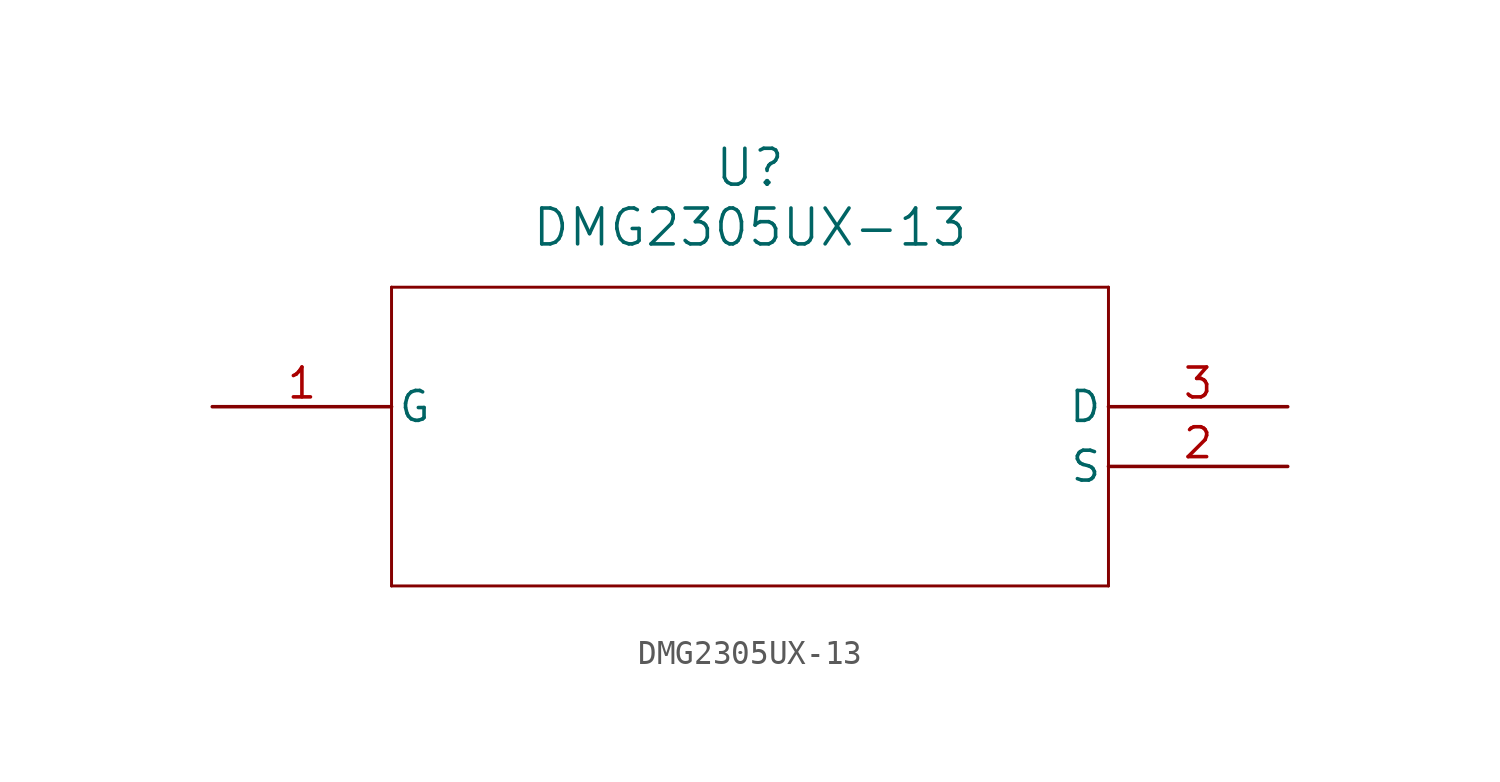
<source format=kicad_sym>
(kicad_symbol_lib
  (version 20211014)
  (generator kicad_symbol_editor)
  (symbol "DMG2305UX-13"
    (pin_names
      (offset 0.254))
    (property "Reference" "U"
      (at 22.86 10.16 0)
      (effects (font (size 1.524 1.524))))
    (property "Value" "DMG2305UX-13"
      (at 22.86 7.62 0)
      (effects (font (size 1.524 1.524))))
    (symbol "DMG2305UX-13_0_1"
      (polyline (pts (xy 7.62 5.08) (xy 7.62 -7.62)) (stroke (width 0.127) (type default) (color 0 0 0 0)) (fill (type none)))
      (polyline (pts (xy 7.62 -7.62) (xy 38.1 -7.62)) (stroke (width 0.127) (type default) (color 0 0 0 0)) (fill (type none)))
      (polyline (pts (xy 38.1 -7.62) (xy 38.1 5.08)) (stroke (width 0.127) (type default) (color 0 0 0 0)) (fill (type none)))
      (polyline (pts (xy 38.1 5.08) (xy 7.62 5.08)) (stroke (width 0.127) (type default) (color 0 0 0 0)) (fill (type none)))
      (pin unspecified line (at 0 0 0) (length 7.62) (name "G" (effects (font (size 1.27 1.27)))) (number "1" (effects (font (size 1.27 1.27)))))
      (pin unspecified line (at 45.72 -2.54 180) (length 7.62) (name "S" (effects (font (size 1.27 1.27)))) (number "2" (effects (font (size 1.27 1.27)))))
      (pin unspecified line (at 45.72 0 180) (length 7.62) (name "D" (effects (font (size 1.27 1.27)))) (number "3" (effects (font (size 1.27 1.27))))))))
</source>
